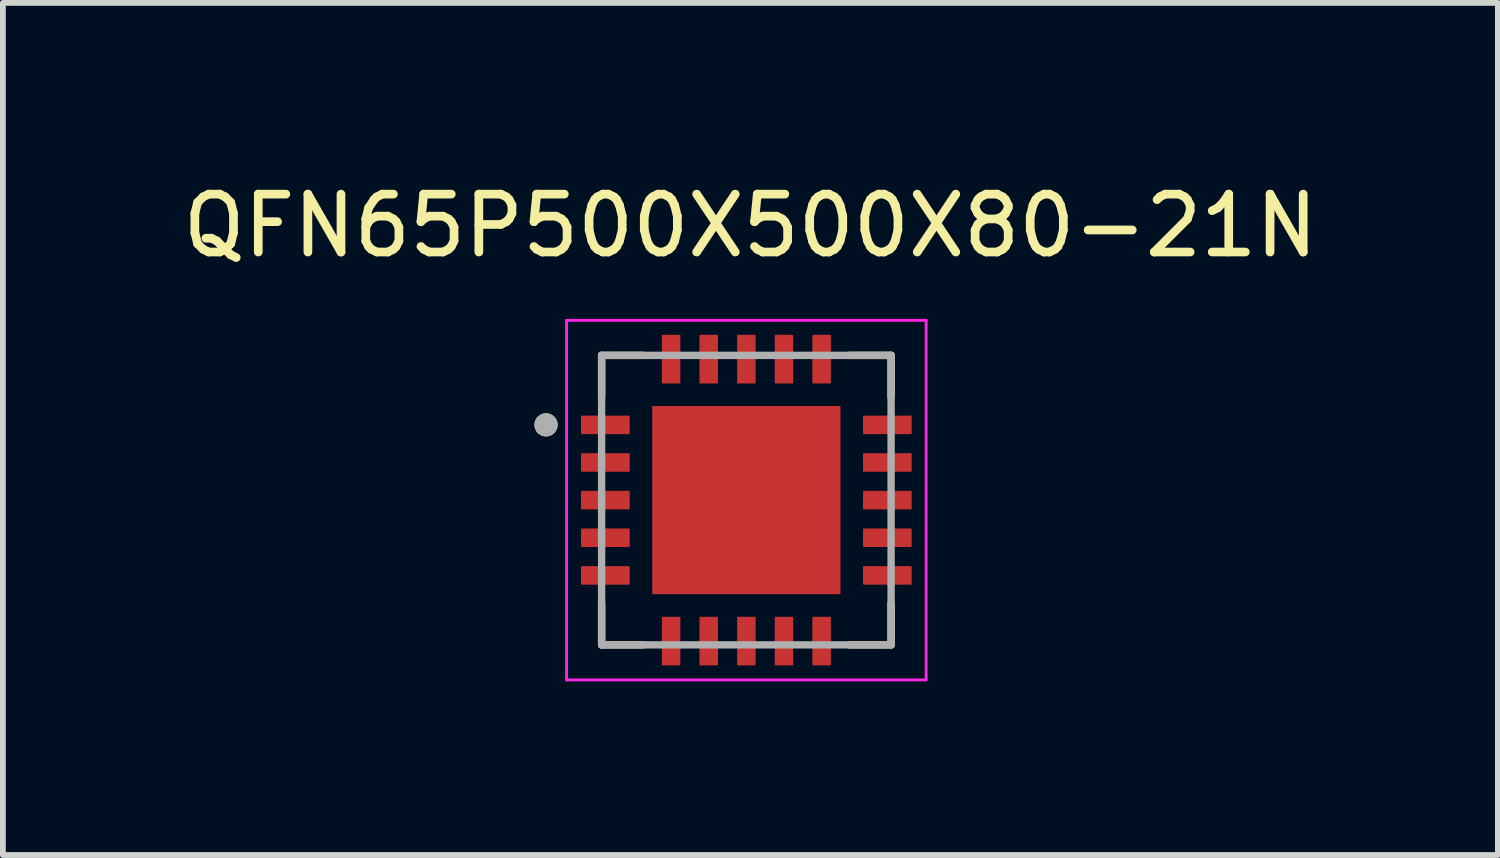
<source format=kicad_pcb>
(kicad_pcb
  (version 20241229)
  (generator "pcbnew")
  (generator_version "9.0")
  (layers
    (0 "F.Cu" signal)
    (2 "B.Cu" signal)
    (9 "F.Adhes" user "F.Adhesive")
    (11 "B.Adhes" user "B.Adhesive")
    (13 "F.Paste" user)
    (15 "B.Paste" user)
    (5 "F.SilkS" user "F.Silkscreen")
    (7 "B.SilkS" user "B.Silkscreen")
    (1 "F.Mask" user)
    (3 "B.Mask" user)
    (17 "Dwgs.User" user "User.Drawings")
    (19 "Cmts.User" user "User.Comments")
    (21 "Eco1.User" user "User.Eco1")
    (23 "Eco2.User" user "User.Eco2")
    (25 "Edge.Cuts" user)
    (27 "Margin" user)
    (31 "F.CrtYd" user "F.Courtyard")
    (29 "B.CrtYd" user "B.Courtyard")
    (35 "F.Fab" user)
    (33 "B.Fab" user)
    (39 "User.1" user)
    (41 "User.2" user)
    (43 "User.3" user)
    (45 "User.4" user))
  (footprint "QFN65P500X500X80-21N"
    (layer "F.Cu")
    (at 9.841 5.588)
    (property "Reference" "QFN65P500X500X80-21N" (at 0.07 -4.74 0) (layer "F.SilkS") (effects (font (size 1 1) (thickness 0.15))))
    (attr smd)
    (fp_line (start -2.5 -1.78) (end -2.5 -2.5) (stroke (width 0.127) (type solid)) (layer "F.SilkS"))
    (fp_line (start -2.5 2.5) (end -2.5 1.78) (stroke (width 0.127) (type solid)) (layer "F.SilkS"))
    (fp_line (start -1.78 -2.5) (end -2.5 -2.5) (stroke (width 0.127) (type solid)) (layer "F.SilkS"))
    (fp_line (start -1.78 2.5) (end -2.5 2.5) (stroke (width 0.127) (type solid)) (layer "F.SilkS"))
    (fp_line (start 2.5 -2.5) (end 1.78 -2.5) (stroke (width 0.127) (type solid)) (layer "F.SilkS"))
    (fp_line (start 2.5 -1.78) (end 2.5 -2.5) (stroke (width 0.127) (type solid)) (layer "F.SilkS"))
    (fp_line (start 2.5 2.5) (end 1.78 2.5) (stroke (width 0.127) (type solid)) (layer "F.SilkS"))
    (fp_line (start 2.5 2.5) (end 2.5 1.78) (stroke (width 0.127) (type solid)) (layer "F.SilkS"))
    (fp_circle (center -3.46 -1.3) (end -3.36 -1.3) (stroke (width 0.2) (type solid)) (fill no) (layer "F.SilkS"))
    (fp_poly (pts (xy -1.03 -1.03) (xy 1.03 -1.03) (xy 1.03 1.03) (xy -1.03 1.03)) (stroke (width 0.01) (type solid)) (fill yes) (layer "F.Paste"))
    (fp_line (start -3.105 -3.105) (end -3.105 3.105) (stroke (width 0.05) (type solid)) (layer "F.CrtYd"))
    (fp_line (start -3.105 3.105) (end 3.105 3.105) (stroke (width 0.05) (type solid)) (layer "F.CrtYd"))
    (fp_line (start 3.105 -3.105) (end -3.105 -3.105) (stroke (width 0.05) (type solid)) (layer "F.CrtYd"))
    (fp_line (start 3.105 3.105) (end 3.105 -3.105) (stroke (width 0.05) (type solid)) (layer "F.CrtYd"))
    (fp_line (start -2.5 2.5) (end -2.5 -2.5) (stroke (width 0.127) (type solid)) (layer "F.Fab"))
    (fp_line (start 2.5 -2.5) (end -2.5 -2.5) (stroke (width 0.127) (type solid)) (layer "F.Fab"))
    (fp_line (start 2.5 2.5) (end -2.5 2.5) (stroke (width 0.127) (type solid)) (layer "F.Fab"))
    (fp_line (start 2.5 2.5) (end 2.5 -2.5) (stroke (width 0.127) (type solid)) (layer "F.Fab"))
    (fp_circle (center -3.46 -1.3) (end -3.36 -1.3) (stroke (width 0.2) (type solid)) (fill no) (layer "F.Fab"))
    (pad "1" smd roundrect (at -2.435 -1.3) (size 0.84 0.32) (layers "F.Cu" "F.Mask" "F.Paste") (roundrect_rratio 0.04))
    (pad "2" smd roundrect (at -2.435 -0.65) (size 0.84 0.32) (layers "F.Cu" "F.Mask" "F.Paste") (roundrect_rratio 0.04))
    (pad "3" smd roundrect (at -2.435 0) (size 0.84 0.32) (layers "F.Cu" "F.Mask" "F.Paste") (roundrect_rratio 0.04))
    (pad "4" smd roundrect (at -2.435 0.65) (size 0.84 0.32) (layers "F.Cu" "F.Mask" "F.Paste") (roundrect_rratio 0.04))
    (pad "5" smd roundrect (at -2.435 1.3) (size 0.84 0.32) (layers "F.Cu" "F.Mask" "F.Paste") (roundrect_rratio 0.04))
    (pad "6" smd roundrect (at -1.3 2.435 90) (size 0.84 0.32) (layers "F.Cu" "F.Mask" "F.Paste") (roundrect_rratio 0.04))
    (pad "7" smd roundrect (at -0.65 2.435 90) (size 0.84 0.32) (layers "F.Cu" "F.Mask" "F.Paste") (roundrect_rratio 0.04))
    (pad "8" smd roundrect (at 0 2.435 90) (size 0.84 0.32) (layers "F.Cu" "F.Mask" "F.Paste") (roundrect_rratio 0.04))
    (pad "9" smd roundrect (at 0.65 2.435 90) (size 0.84 0.32) (layers "F.Cu" "F.Mask" "F.Paste") (roundrect_rratio 0.04))
    (pad "10" smd roundrect (at 1.3 2.435 90) (size 0.84 0.32) (layers "F.Cu" "F.Mask" "F.Paste") (roundrect_rratio 0.04))
    (pad "11" smd roundrect (at 2.435 1.3) (size 0.84 0.32) (layers "F.Cu" "F.Mask" "F.Paste") (roundrect_rratio 0.04))
    (pad "12" smd roundrect (at 2.435 0.65) (size 0.84 0.32) (layers "F.Cu" "F.Mask" "F.Paste") (roundrect_rratio 0.04))
    (pad "13" smd roundrect (at 2.435 0) (size 0.84 0.32) (layers "F.Cu" "F.Mask" "F.Paste") (roundrect_rratio 0.04))
    (pad "14" smd roundrect (at 2.435 -0.65) (size 0.84 0.32) (layers "F.Cu" "F.Mask" "F.Paste") (roundrect_rratio 0.04))
    (pad "15" smd roundrect (at 2.435 -1.3) (size 0.84 0.32) (layers "F.Cu" "F.Mask" "F.Paste") (roundrect_rratio 0.04))
    (pad "16" smd roundrect (at 1.3 -2.435 90) (size 0.84 0.32) (layers "F.Cu" "F.Mask" "F.Paste") (roundrect_rratio 0.04))
    (pad "17" smd roundrect (at 0.65 -2.435 90) (size 0.84 0.32) (layers "F.Cu" "F.Mask" "F.Paste") (roundrect_rratio 0.04))
    (pad "18" smd roundrect (at 0 -2.435 90) (size 0.84 0.32) (layers "F.Cu" "F.Mask" "F.Paste") (roundrect_rratio 0.04))
    (pad "19" smd roundrect (at -0.65 -2.435 90) (size 0.84 0.32) (layers "F.Cu" "F.Mask" "F.Paste") (roundrect_rratio 0.04))
    (pad "20" smd roundrect (at -1.3 -2.435 90) (size 0.84 0.32) (layers "F.Cu" "F.Mask" "F.Paste") (roundrect_rratio 0.04))
    (pad "21" smd rect (at 0 0) (size 3.25 3.25) (layers "F.Cu" "F.Mask")))
  (gr_rect
    (start -3 -3)
    (end 22.821 11.718)
    (stroke (width 0.1) (type default))
    (fill no)
    (layer "Edge.Cuts")))
</source>
